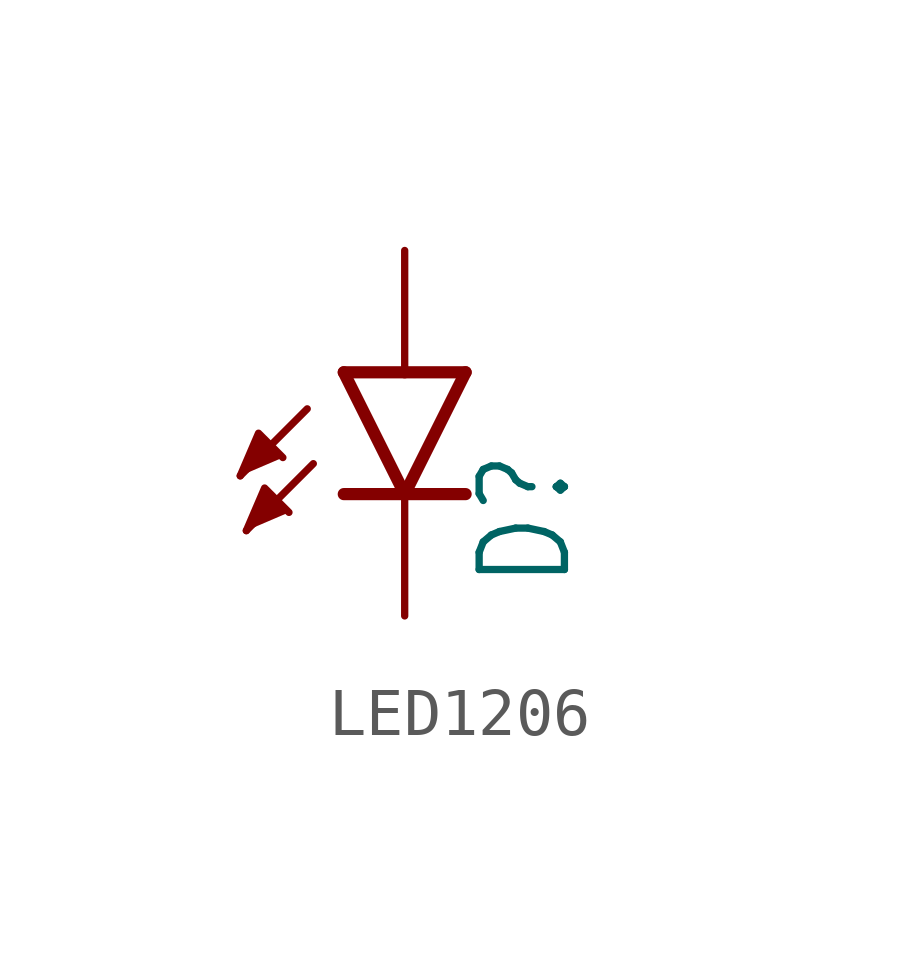
<source format=kicad_sym>
(kicad_symbol_lib
  (version 20220914)
  (generator kicad_symbol_editor)
  (symbol "LED1206"
    (property "Reference" "D"
      (at 3.556 -4.572 90)
      (effects (font (size 1.778 1.511)) (justify left bottom)))
    (property "Value" ""
      (at 5.715 -4.572 90)
      (effects (font (size 1.778 1.511)) (justify left bottom)))
    (property "ki_locked" ""
      (at 0 0 0)
      (effects (font (size 1.27 1.27))))
    (symbol "LED1206_1_0"
      (polyline (pts (xy -2.032 -0.762) (xy -3.429 -2.159)) (stroke (width 0.152) (type solid)) (fill (type none)))
      (polyline (pts (xy -1.905 -1.905) (xy -3.302 -3.302)) (stroke (width 0.152) (type solid)) (fill (type none)))
      (polyline (pts (xy 0 -2.54) (xy -1.27 -2.54)) (stroke (width 0.254) (type solid)) (fill (type none)))
      (polyline (pts (xy 0 -2.54) (xy -1.27 0)) (stroke (width 0.254) (type solid)) (fill (type none)))
      (polyline (pts (xy 0 0) (xy -1.27 0)) (stroke (width 0.254) (type solid)) (fill (type none)))
      (polyline (pts (xy 1.27 -2.54) (xy 0 -2.54)) (stroke (width 0.254) (type solid)) (fill (type none)))
      (polyline (pts (xy 1.27 0) (xy 0 -2.54)) (stroke (width 0.254) (type solid)) (fill (type none)))
      (polyline (pts (xy 1.27 0) (xy 0 0)) (stroke (width 0.254) (type solid)) (fill (type none)))
      (polyline (pts (xy -3.429 -2.159) (xy -3.048 -1.27) (xy -2.54 -1.778)) (stroke (width 0.152) (type solid)) (fill (type outline)))
      (polyline (pts (xy -3.302 -3.302) (xy -2.921 -2.413) (xy -2.413 -2.921)) (stroke (width 0.152) (type solid)) (fill (type outline)))
      (pin passive line (at 0 2.54 270) (length 2.54) (name "A" (effects (font (size 0 0)))) (number "A" (effects (font (size 0 0)))))
      (pin passive line (at 0 -5.08 90) (length 2.54) (name "C" (effects (font (size 0 0)))) (number "C" (effects (font (size 0 0))))))))
</source>
